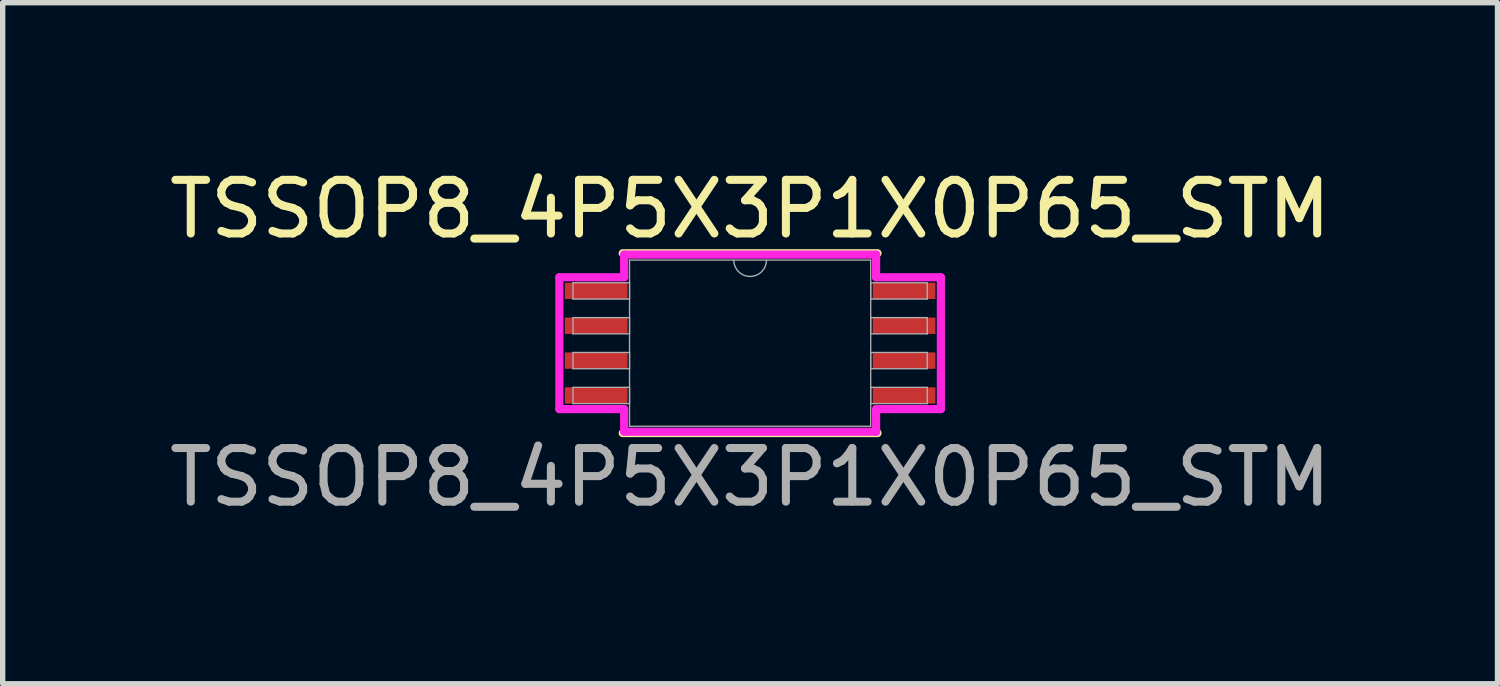
<source format=kicad_pcb>
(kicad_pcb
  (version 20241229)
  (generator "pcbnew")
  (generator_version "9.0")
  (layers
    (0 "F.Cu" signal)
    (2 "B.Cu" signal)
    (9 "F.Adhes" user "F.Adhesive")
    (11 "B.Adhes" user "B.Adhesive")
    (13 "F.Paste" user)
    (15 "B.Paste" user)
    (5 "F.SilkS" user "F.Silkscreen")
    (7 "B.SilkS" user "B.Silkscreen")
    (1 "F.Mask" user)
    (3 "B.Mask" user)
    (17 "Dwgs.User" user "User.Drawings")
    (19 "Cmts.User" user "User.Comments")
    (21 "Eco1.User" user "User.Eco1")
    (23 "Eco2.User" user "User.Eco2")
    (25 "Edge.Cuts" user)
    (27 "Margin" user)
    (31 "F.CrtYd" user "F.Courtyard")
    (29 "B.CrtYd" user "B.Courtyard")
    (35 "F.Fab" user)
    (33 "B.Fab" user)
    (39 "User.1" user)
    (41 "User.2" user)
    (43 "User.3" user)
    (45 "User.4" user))
  (footprint "TSSOP8_4P5X3P1X0P65_STM"
    (layer "F.Cu")
    (at 10.935 3.348)
    (property "Reference" "TSSOP8_4P5X3P1X0P65_STM" (at 0 -2.5 0) (unlocked yes) (layer "F.SilkS") (effects (font (size 1 1) (thickness 0.15))))
    (attr smd)
    (fp_line (start -2.375 1.676) (end 2.375 1.676) (stroke (width 0.152) (type solid)) (layer "F.SilkS"))
    (fp_line (start 2.375 -1.676) (end -2.375 -1.676) (stroke (width 0.152) (type solid)) (layer "F.SilkS"))
    (fp_line (start -3.556 -1.229) (end -2.349 -1.229) (stroke (width 0.152) (type solid)) (layer "F.CrtYd"))
    (fp_line (start -3.556 1.229) (end -3.556 -1.229) (stroke (width 0.152) (type solid)) (layer "F.CrtYd"))
    (fp_line (start -3.556 1.229) (end -2.349 1.229) (stroke (width 0.152) (type solid)) (layer "F.CrtYd"))
    (fp_line (start -2.349 -1.651) (end 2.349 -1.651) (stroke (width 0.152) (type solid)) (layer "F.CrtYd"))
    (fp_line (start -2.349 -1.229) (end -2.349 -1.651) (stroke (width 0.152) (type solid)) (layer "F.CrtYd"))
    (fp_line (start -2.349 1.651) (end -2.349 1.229) (stroke (width 0.152) (type solid)) (layer "F.CrtYd"))
    (fp_line (start 2.349 -1.651) (end 2.349 -1.229) (stroke (width 0.152) (type solid)) (layer "F.CrtYd"))
    (fp_line (start 2.349 1.229) (end 2.349 1.651) (stroke (width 0.152) (type solid)) (layer "F.CrtYd"))
    (fp_line (start 2.349 1.651) (end -2.349 1.651) (stroke (width 0.152) (type solid)) (layer "F.CrtYd"))
    (fp_line (start 3.556 -1.229) (end 2.349 -1.229) (stroke (width 0.152) (type solid)) (layer "F.CrtYd"))
    (fp_line (start 3.556 -1.229) (end 3.556 1.229) (stroke (width 0.152) (type solid)) (layer "F.CrtYd"))
    (fp_line (start 3.556 1.229) (end 2.349 1.229) (stroke (width 0.152) (type solid)) (layer "F.CrtYd"))
    (fp_line (start -3.302 -1.127) (end -3.302 -0.823) (stroke (width 0.025) (type solid)) (layer "F.Fab"))
    (fp_line (start -3.302 -0.823) (end -2.248 -0.823) (stroke (width 0.025) (type solid)) (layer "F.Fab"))
    (fp_line (start -3.302 -0.477) (end -3.302 -0.173) (stroke (width 0.025) (type solid)) (layer "F.Fab"))
    (fp_line (start -3.302 -0.173) (end -2.248 -0.173) (stroke (width 0.025) (type solid)) (layer "F.Fab"))
    (fp_line (start -3.302 0.173) (end -3.302 0.477) (stroke (width 0.025) (type solid)) (layer "F.Fab"))
    (fp_line (start -3.302 0.477) (end -2.248 0.477) (stroke (width 0.025) (type solid)) (layer "F.Fab"))
    (fp_line (start -3.302 0.823) (end -3.302 1.127) (stroke (width 0.025) (type solid)) (layer "F.Fab"))
    (fp_line (start -3.302 1.127) (end -2.248 1.127) (stroke (width 0.025) (type solid)) (layer "F.Fab"))
    (fp_line (start -2.248 -1.549) (end -2.248 1.549) (stroke (width 0.025) (type solid)) (layer "F.Fab"))
    (fp_line (start -2.248 -1.127) (end -3.302 -1.127) (stroke (width 0.025) (type solid)) (layer "F.Fab"))
    (fp_line (start -2.248 -0.823) (end -2.248 -1.127) (stroke (width 0.025) (type solid)) (layer "F.Fab"))
    (fp_line (start -2.248 -0.477) (end -3.302 -0.477) (stroke (width 0.025) (type solid)) (layer "F.Fab"))
    (fp_line (start -2.248 -0.173) (end -2.248 -0.477) (stroke (width 0.025) (type solid)) (layer "F.Fab"))
    (fp_line (start -2.248 0.173) (end -3.302 0.173) (stroke (width 0.025) (type solid)) (layer "F.Fab"))
    (fp_line (start -2.248 0.477) (end -2.248 0.173) (stroke (width 0.025) (type solid)) (layer "F.Fab"))
    (fp_line (start -2.248 0.823) (end -3.302 0.823) (stroke (width 0.025) (type solid)) (layer "F.Fab"))
    (fp_line (start -2.248 1.127) (end -2.248 0.823) (stroke (width 0.025) (type solid)) (layer "F.Fab"))
    (fp_line (start -2.248 1.549) (end 2.248 1.549) (stroke (width 0.025) (type solid)) (layer "F.Fab"))
    (fp_line (start 2.248 -1.549) (end -2.248 -1.549) (stroke (width 0.025) (type solid)) (layer "F.Fab"))
    (fp_line (start 2.248 -1.127) (end 2.248 -0.823) (stroke (width 0.025) (type solid)) (layer "F.Fab"))
    (fp_line (start 2.248 -0.823) (end 3.302 -0.823) (stroke (width 0.025) (type solid)) (layer "F.Fab"))
    (fp_line (start 2.248 -0.477) (end 2.248 -0.173) (stroke (width 0.025) (type solid)) (layer "F.Fab"))
    (fp_line (start 2.248 -0.173) (end 3.302 -0.173) (stroke (width 0.025) (type solid)) (layer "F.Fab"))
    (fp_line (start 2.248 0.173) (end 2.248 0.477) (stroke (width 0.025) (type solid)) (layer "F.Fab"))
    (fp_line (start 2.248 0.477) (end 3.302 0.477) (stroke (width 0.025) (type solid)) (layer "F.Fab"))
    (fp_line (start 2.248 0.823) (end 2.248 1.127) (stroke (width 0.025) (type solid)) (layer "F.Fab"))
    (fp_line (start 2.248 1.127) (end 3.302 1.127) (stroke (width 0.025) (type solid)) (layer "F.Fab"))
    (fp_line (start 2.248 1.549) (end 2.248 -1.549) (stroke (width 0.025) (type solid)) (layer "F.Fab"))
    (fp_line (start 3.302 -1.127) (end 2.248 -1.127) (stroke (width 0.025) (type solid)) (layer "F.Fab"))
    (fp_line (start 3.302 -0.823) (end 3.302 -1.127) (stroke (width 0.025) (type solid)) (layer "F.Fab"))
    (fp_line (start 3.302 -0.477) (end 2.248 -0.477) (stroke (width 0.025) (type solid)) (layer "F.Fab"))
    (fp_line (start 3.302 -0.173) (end 3.302 -0.477) (stroke (width 0.025) (type solid)) (layer "F.Fab"))
    (fp_line (start 3.302 0.173) (end 2.248 0.173) (stroke (width 0.025) (type solid)) (layer "F.Fab"))
    (fp_line (start 3.302 0.477) (end 3.302 0.173) (stroke (width 0.025) (type solid)) (layer "F.Fab"))
    (fp_line (start 3.302 0.823) (end 2.248 0.823) (stroke (width 0.025) (type solid)) (layer "F.Fab"))
    (fp_line (start 3.302 1.127) (end 3.302 0.823) (stroke (width 0.025) (type solid)) (layer "F.Fab"))
    (fp_arc (start 0.3048 -1.5494) (mid 0 -1.2446) (end -0.3048 -1.5494) (stroke (width 0.0254) (type solid)) (layer "F.Fab"))
    (fp_text user "${REFERENCE}" (at 0 2.5 0) (unlocked yes) (layer "F.Fab") (effects (font (size 1 1) (thickness 0.15))))
    (pad "1" smd rect (at -2.87 -0.975) (size 1.168 0.305) (layers "F.Cu" "F.Mask" "F.Paste"))
    (pad "2" smd rect (at -2.87 -0.325) (size 1.168 0.305) (layers "F.Cu" "F.Mask" "F.Paste"))
    (pad "3" smd rect (at -2.87 0.325) (size 1.168 0.305) (layers "F.Cu" "F.Mask" "F.Paste"))
    (pad "4" smd rect (at -2.87 0.975) (size 1.168 0.305) (layers "F.Cu" "F.Mask" "F.Paste"))
    (pad "5" smd rect (at 2.87 0.975) (size 1.168 0.305) (layers "F.Cu" "F.Mask" "F.Paste"))
    (pad "6" smd rect (at 2.87 0.325) (size 1.168 0.305) (layers "F.Cu" "F.Mask" "F.Paste"))
    (pad "7" smd rect (at 2.87 -0.325) (size 1.168 0.305) (layers "F.Cu" "F.Mask" "F.Paste"))
    (pad "8" smd rect (at 2.87 -0.975) (size 1.168 0.305) (layers "F.Cu" "F.Mask" "F.Paste")))
  (gr_rect
    (start -3 -3)
    (end 24.869 9.697)
    (stroke (width 0.1) (type default))
    (fill no)
    (layer "Edge.Cuts")))
</source>
